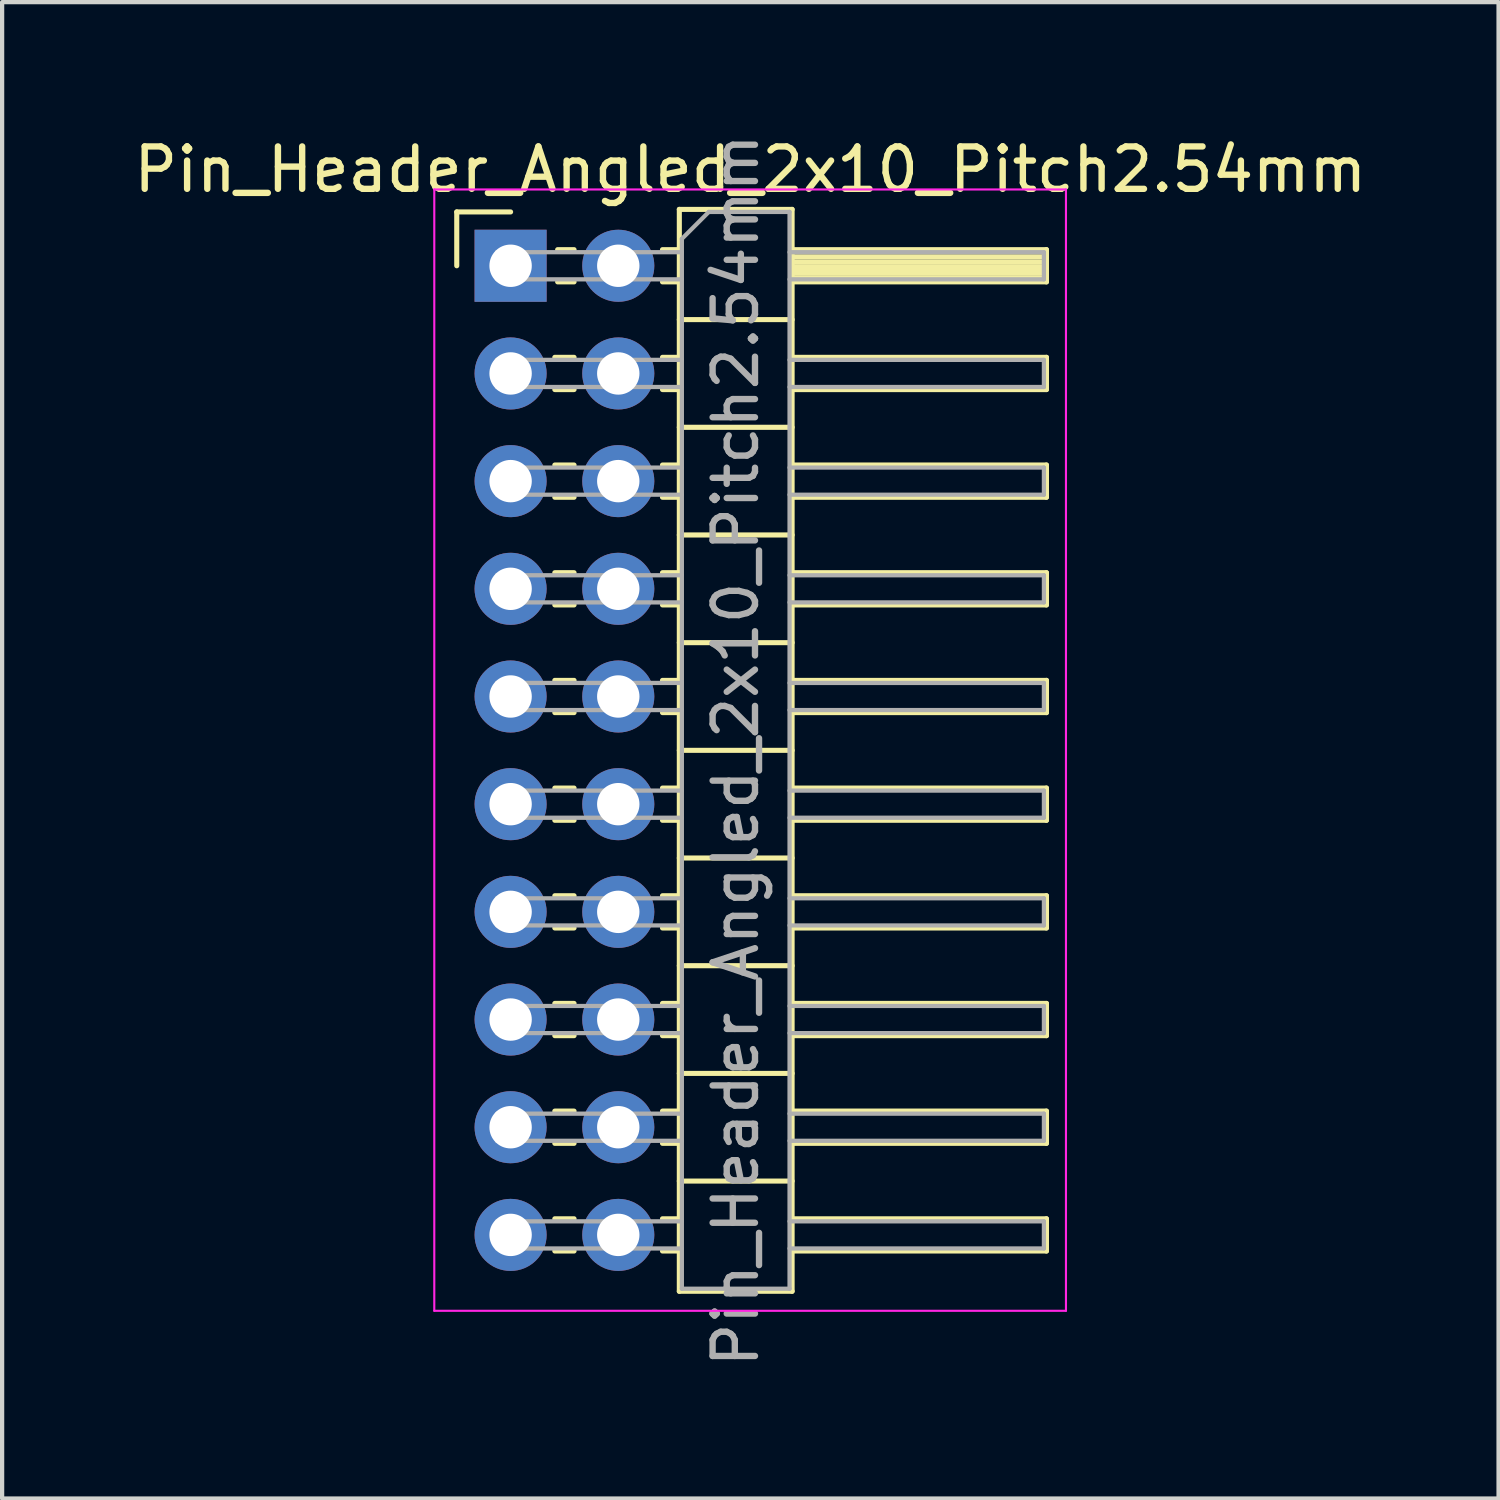
<source format=kicad_pcb>
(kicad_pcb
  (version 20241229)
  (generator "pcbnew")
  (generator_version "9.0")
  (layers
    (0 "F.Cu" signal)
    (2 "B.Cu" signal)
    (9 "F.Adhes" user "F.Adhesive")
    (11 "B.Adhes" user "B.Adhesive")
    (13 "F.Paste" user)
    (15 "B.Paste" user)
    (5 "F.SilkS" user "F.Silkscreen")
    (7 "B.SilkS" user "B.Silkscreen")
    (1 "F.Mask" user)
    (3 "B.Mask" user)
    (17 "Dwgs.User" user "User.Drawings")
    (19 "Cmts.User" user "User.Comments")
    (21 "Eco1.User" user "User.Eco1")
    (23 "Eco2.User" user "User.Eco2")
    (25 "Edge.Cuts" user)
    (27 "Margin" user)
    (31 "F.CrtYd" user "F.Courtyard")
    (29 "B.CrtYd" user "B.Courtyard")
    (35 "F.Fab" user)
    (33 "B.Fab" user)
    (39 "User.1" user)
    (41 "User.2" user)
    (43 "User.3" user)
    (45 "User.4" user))
  (footprint "Pin_Header_Angled_2x10_Pitch2.54mm"
    (layer "F.Cu")
    (at 8.994 3.219)
    (property "Reference" "Pin_Header_Angled_2x10_Pitch2.54mm" (at 5.655 -2.27 0) (layer "F.SilkS") (effects (font (size 1 1) (thickness 0.15))))
    (attr through_hole)
    (fp_line (start -1.27 -1.27) (end 0 -1.27) (stroke (width 0.12) (type solid)) (layer "F.SilkS"))
    (fp_line (start -1.27 0) (end -1.27 -1.27) (stroke (width 0.12) (type solid)) (layer "F.SilkS"))
    (fp_line (start 1.043 2.16) (end 1.497 2.16) (stroke (width 0.12) (type solid)) (layer "F.SilkS"))
    (fp_line (start 1.043 2.92) (end 1.497 2.92) (stroke (width 0.12) (type solid)) (layer "F.SilkS"))
    (fp_line (start 1.043 4.7) (end 1.497 4.7) (stroke (width 0.12) (type solid)) (layer "F.SilkS"))
    (fp_line (start 1.043 5.46) (end 1.497 5.46) (stroke (width 0.12) (type solid)) (layer "F.SilkS"))
    (fp_line (start 1.043 7.24) (end 1.497 7.24) (stroke (width 0.12) (type solid)) (layer "F.SilkS"))
    (fp_line (start 1.043 8) (end 1.497 8) (stroke (width 0.12) (type solid)) (layer "F.SilkS"))
    (fp_line (start 1.043 9.78) (end 1.497 9.78) (stroke (width 0.12) (type solid)) (layer "F.SilkS"))
    (fp_line (start 1.043 10.54) (end 1.497 10.54) (stroke (width 0.12) (type solid)) (layer "F.SilkS"))
    (fp_line (start 1.043 12.32) (end 1.497 12.32) (stroke (width 0.12) (type solid)) (layer "F.SilkS"))
    (fp_line (start 1.043 13.08) (end 1.497 13.08) (stroke (width 0.12) (type solid)) (layer "F.SilkS"))
    (fp_line (start 1.043 14.86) (end 1.497 14.86) (stroke (width 0.12) (type solid)) (layer "F.SilkS"))
    (fp_line (start 1.043 15.62) (end 1.497 15.62) (stroke (width 0.12) (type solid)) (layer "F.SilkS"))
    (fp_line (start 1.043 17.4) (end 1.497 17.4) (stroke (width 0.12) (type solid)) (layer "F.SilkS"))
    (fp_line (start 1.043 18.16) (end 1.497 18.16) (stroke (width 0.12) (type solid)) (layer "F.SilkS"))
    (fp_line (start 1.043 19.94) (end 1.497 19.94) (stroke (width 0.12) (type solid)) (layer "F.SilkS"))
    (fp_line (start 1.043 20.7) (end 1.497 20.7) (stroke (width 0.12) (type solid)) (layer "F.SilkS"))
    (fp_line (start 1.043 22.48) (end 1.497 22.48) (stroke (width 0.12) (type solid)) (layer "F.SilkS"))
    (fp_line (start 1.043 23.24) (end 1.497 23.24) (stroke (width 0.12) (type solid)) (layer "F.SilkS"))
    (fp_line (start 1.11 -0.38) (end 1.497 -0.38) (stroke (width 0.12) (type solid)) (layer "F.SilkS"))
    (fp_line (start 1.11 0.38) (end 1.497 0.38) (stroke (width 0.12) (type solid)) (layer "F.SilkS"))
    (fp_line (start 3.583 -0.38) (end 3.98 -0.38) (stroke (width 0.12) (type solid)) (layer "F.SilkS"))
    (fp_line (start 3.583 0.38) (end 3.98 0.38) (stroke (width 0.12) (type solid)) (layer "F.SilkS"))
    (fp_line (start 3.583 2.16) (end 3.98 2.16) (stroke (width 0.12) (type solid)) (layer "F.SilkS"))
    (fp_line (start 3.583 2.92) (end 3.98 2.92) (stroke (width 0.12) (type solid)) (layer "F.SilkS"))
    (fp_line (start 3.583 4.7) (end 3.98 4.7) (stroke (width 0.12) (type solid)) (layer "F.SilkS"))
    (fp_line (start 3.583 5.46) (end 3.98 5.46) (stroke (width 0.12) (type solid)) (layer "F.SilkS"))
    (fp_line (start 3.583 7.24) (end 3.98 7.24) (stroke (width 0.12) (type solid)) (layer "F.SilkS"))
    (fp_line (start 3.583 8) (end 3.98 8) (stroke (width 0.12) (type solid)) (layer "F.SilkS"))
    (fp_line (start 3.583 9.78) (end 3.98 9.78) (stroke (width 0.12) (type solid)) (layer "F.SilkS"))
    (fp_line (start 3.583 10.54) (end 3.98 10.54) (stroke (width 0.12) (type solid)) (layer "F.SilkS"))
    (fp_line (start 3.583 12.32) (end 3.98 12.32) (stroke (width 0.12) (type solid)) (layer "F.SilkS"))
    (fp_line (start 3.583 13.08) (end 3.98 13.08) (stroke (width 0.12) (type solid)) (layer "F.SilkS"))
    (fp_line (start 3.583 14.86) (end 3.98 14.86) (stroke (width 0.12) (type solid)) (layer "F.SilkS"))
    (fp_line (start 3.583 15.62) (end 3.98 15.62) (stroke (width 0.12) (type solid)) (layer "F.SilkS"))
    (fp_line (start 3.583 17.4) (end 3.98 17.4) (stroke (width 0.12) (type solid)) (layer "F.SilkS"))
    (fp_line (start 3.583 18.16) (end 3.98 18.16) (stroke (width 0.12) (type solid)) (layer "F.SilkS"))
    (fp_line (start 3.583 19.94) (end 3.98 19.94) (stroke (width 0.12) (type solid)) (layer "F.SilkS"))
    (fp_line (start 3.583 20.7) (end 3.98 20.7) (stroke (width 0.12) (type solid)) (layer "F.SilkS"))
    (fp_line (start 3.583 22.48) (end 3.98 22.48) (stroke (width 0.12) (type solid)) (layer "F.SilkS"))
    (fp_line (start 3.583 23.24) (end 3.98 23.24) (stroke (width 0.12) (type solid)) (layer "F.SilkS"))
    (fp_line (start 3.98 -1.33) (end 3.98 24.19) (stroke (width 0.12) (type solid)) (layer "F.SilkS"))
    (fp_line (start 3.98 1.27) (end 6.64 1.27) (stroke (width 0.12) (type solid)) (layer "F.SilkS"))
    (fp_line (start 3.98 3.81) (end 6.64 3.81) (stroke (width 0.12) (type solid)) (layer "F.SilkS"))
    (fp_line (start 3.98 6.35) (end 6.64 6.35) (stroke (width 0.12) (type solid)) (layer "F.SilkS"))
    (fp_line (start 3.98 8.89) (end 6.64 8.89) (stroke (width 0.12) (type solid)) (layer "F.SilkS"))
    (fp_line (start 3.98 11.43) (end 6.64 11.43) (stroke (width 0.12) (type solid)) (layer "F.SilkS"))
    (fp_line (start 3.98 13.97) (end 6.64 13.97) (stroke (width 0.12) (type solid)) (layer "F.SilkS"))
    (fp_line (start 3.98 16.51) (end 6.64 16.51) (stroke (width 0.12) (type solid)) (layer "F.SilkS"))
    (fp_line (start 3.98 19.05) (end 6.64 19.05) (stroke (width 0.12) (type solid)) (layer "F.SilkS"))
    (fp_line (start 3.98 21.59) (end 6.64 21.59) (stroke (width 0.12) (type solid)) (layer "F.SilkS"))
    (fp_line (start 3.98 24.19) (end 6.64 24.19) (stroke (width 0.12) (type solid)) (layer "F.SilkS"))
    (fp_line (start 6.64 -1.33) (end 3.98 -1.33) (stroke (width 0.12) (type solid)) (layer "F.SilkS"))
    (fp_line (start 6.64 -0.38) (end 12.64 -0.38) (stroke (width 0.12) (type solid)) (layer "F.SilkS"))
    (fp_line (start 6.64 -0.32) (end 12.64 -0.32) (stroke (width 0.12) (type solid)) (layer "F.SilkS"))
    (fp_line (start 6.64 -0.2) (end 12.64 -0.2) (stroke (width 0.12) (type solid)) (layer "F.SilkS"))
    (fp_line (start 6.64 -0.08) (end 12.64 -0.08) (stroke (width 0.12) (type solid)) (layer "F.SilkS"))
    (fp_line (start 6.64 0.04) (end 12.64 0.04) (stroke (width 0.12) (type solid)) (layer "F.SilkS"))
    (fp_line (start 6.64 0.16) (end 12.64 0.16) (stroke (width 0.12) (type solid)) (layer "F.SilkS"))
    (fp_line (start 6.64 0.28) (end 12.64 0.28) (stroke (width 0.12) (type solid)) (layer "F.SilkS"))
    (fp_line (start 6.64 2.16) (end 12.64 2.16) (stroke (width 0.12) (type solid)) (layer "F.SilkS"))
    (fp_line (start 6.64 4.7) (end 12.64 4.7) (stroke (width 0.12) (type solid)) (layer "F.SilkS"))
    (fp_line (start 6.64 7.24) (end 12.64 7.24) (stroke (width 0.12) (type solid)) (layer "F.SilkS"))
    (fp_line (start 6.64 9.78) (end 12.64 9.78) (stroke (width 0.12) (type solid)) (layer "F.SilkS"))
    (fp_line (start 6.64 12.32) (end 12.64 12.32) (stroke (width 0.12) (type solid)) (layer "F.SilkS"))
    (fp_line (start 6.64 14.86) (end 12.64 14.86) (stroke (width 0.12) (type solid)) (layer "F.SilkS"))
    (fp_line (start 6.64 17.4) (end 12.64 17.4) (stroke (width 0.12) (type solid)) (layer "F.SilkS"))
    (fp_line (start 6.64 19.94) (end 12.64 19.94) (stroke (width 0.12) (type solid)) (layer "F.SilkS"))
    (fp_line (start 6.64 22.48) (end 12.64 22.48) (stroke (width 0.12) (type solid)) (layer "F.SilkS"))
    (fp_line (start 6.64 24.19) (end 6.64 -1.33) (stroke (width 0.12) (type solid)) (layer "F.SilkS"))
    (fp_line (start 12.64 -0.38) (end 12.64 0.38) (stroke (width 0.12) (type solid)) (layer "F.SilkS"))
    (fp_line (start 12.64 0.38) (end 6.64 0.38) (stroke (width 0.12) (type solid)) (layer "F.SilkS"))
    (fp_line (start 12.64 2.16) (end 12.64 2.92) (stroke (width 0.12) (type solid)) (layer "F.SilkS"))
    (fp_line (start 12.64 2.92) (end 6.64 2.92) (stroke (width 0.12) (type solid)) (layer "F.SilkS"))
    (fp_line (start 12.64 4.7) (end 12.64 5.46) (stroke (width 0.12) (type solid)) (layer "F.SilkS"))
    (fp_line (start 12.64 5.46) (end 6.64 5.46) (stroke (width 0.12) (type solid)) (layer "F.SilkS"))
    (fp_line (start 12.64 7.24) (end 12.64 8) (stroke (width 0.12) (type solid)) (layer "F.SilkS"))
    (fp_line (start 12.64 8) (end 6.64 8) (stroke (width 0.12) (type solid)) (layer "F.SilkS"))
    (fp_line (start 12.64 9.78) (end 12.64 10.54) (stroke (width 0.12) (type solid)) (layer "F.SilkS"))
    (fp_line (start 12.64 10.54) (end 6.64 10.54) (stroke (width 0.12) (type solid)) (layer "F.SilkS"))
    (fp_line (start 12.64 12.32) (end 12.64 13.08) (stroke (width 0.12) (type solid)) (layer "F.SilkS"))
    (fp_line (start 12.64 13.08) (end 6.64 13.08) (stroke (width 0.12) (type solid)) (layer "F.SilkS"))
    (fp_line (start 12.64 14.86) (end 12.64 15.62) (stroke (width 0.12) (type solid)) (layer "F.SilkS"))
    (fp_line (start 12.64 15.62) (end 6.64 15.62) (stroke (width 0.12) (type solid)) (layer "F.SilkS"))
    (fp_line (start 12.64 17.4) (end 12.64 18.16) (stroke (width 0.12) (type solid)) (layer "F.SilkS"))
    (fp_line (start 12.64 18.16) (end 6.64 18.16) (stroke (width 0.12) (type solid)) (layer "F.SilkS"))
    (fp_line (start 12.64 19.94) (end 12.64 20.7) (stroke (width 0.12) (type solid)) (layer "F.SilkS"))
    (fp_line (start 12.64 20.7) (end 6.64 20.7) (stroke (width 0.12) (type solid)) (layer "F.SilkS"))
    (fp_line (start 12.64 22.48) (end 12.64 23.24) (stroke (width 0.12) (type solid)) (layer "F.SilkS"))
    (fp_line (start 12.64 23.24) (end 6.64 23.24) (stroke (width 0.12) (type solid)) (layer "F.SilkS"))
    (fp_line (start -1.8 -1.8) (end -1.8 24.65) (stroke (width 0.05) (type solid)) (layer "F.CrtYd"))
    (fp_line (start -1.8 24.65) (end 13.1 24.65) (stroke (width 0.05) (type solid)) (layer "F.CrtYd"))
    (fp_line (start 13.1 -1.8) (end -1.8 -1.8) (stroke (width 0.05) (type solid)) (layer "F.CrtYd"))
    (fp_line (start 13.1 24.65) (end 13.1 -1.8) (stroke (width 0.05) (type solid)) (layer "F.CrtYd"))
    (fp_line (start -0.32 -0.32) (end -0.32 0.32) (stroke (width 0.1) (type solid)) (layer "F.Fab"))
    (fp_line (start -0.32 -0.32) (end 4.04 -0.32) (stroke (width 0.1) (type solid)) (layer "F.Fab"))
    (fp_line (start -0.32 0.32) (end 4.04 0.32) (stroke (width 0.1) (type solid)) (layer "F.Fab"))
    (fp_line (start -0.32 2.22) (end -0.32 2.86) (stroke (width 0.1) (type solid)) (layer "F.Fab"))
    (fp_line (start -0.32 2.22) (end 4.04 2.22) (stroke (width 0.1) (type solid)) (layer "F.Fab"))
    (fp_line (start -0.32 2.86) (end 4.04 2.86) (stroke (width 0.1) (type solid)) (layer "F.Fab"))
    (fp_line (start -0.32 4.76) (end -0.32 5.4) (stroke (width 0.1) (type solid)) (layer "F.Fab"))
    (fp_line (start -0.32 4.76) (end 4.04 4.76) (stroke (width 0.1) (type solid)) (layer "F.Fab"))
    (fp_line (start -0.32 5.4) (end 4.04 5.4) (stroke (width 0.1) (type solid)) (layer "F.Fab"))
    (fp_line (start -0.32 7.3) (end -0.32 7.94) (stroke (width 0.1) (type solid)) (layer "F.Fab"))
    (fp_line (start -0.32 7.3) (end 4.04 7.3) (stroke (width 0.1) (type solid)) (layer "F.Fab"))
    (fp_line (start -0.32 7.94) (end 4.04 7.94) (stroke (width 0.1) (type solid)) (layer "F.Fab"))
    (fp_line (start -0.32 9.84) (end -0.32 10.48) (stroke (width 0.1) (type solid)) (layer "F.Fab"))
    (fp_line (start -0.32 9.84) (end 4.04 9.84) (stroke (width 0.1) (type solid)) (layer "F.Fab"))
    (fp_line (start -0.32 10.48) (end 4.04 10.48) (stroke (width 0.1) (type solid)) (layer "F.Fab"))
    (fp_line (start -0.32 12.38) (end -0.32 13.02) (stroke (width 0.1) (type solid)) (layer "F.Fab"))
    (fp_line (start -0.32 12.38) (end 4.04 12.38) (stroke (width 0.1) (type solid)) (layer "F.Fab"))
    (fp_line (start -0.32 13.02) (end 4.04 13.02) (stroke (width 0.1) (type solid)) (layer "F.Fab"))
    (fp_line (start -0.32 14.92) (end -0.32 15.56) (stroke (width 0.1) (type solid)) (layer "F.Fab"))
    (fp_line (start -0.32 14.92) (end 4.04 14.92) (stroke (width 0.1) (type solid)) (layer "F.Fab"))
    (fp_line (start -0.32 15.56) (end 4.04 15.56) (stroke (width 0.1) (type solid)) (layer "F.Fab"))
    (fp_line (start -0.32 17.46) (end -0.32 18.1) (stroke (width 0.1) (type solid)) (layer "F.Fab"))
    (fp_line (start -0.32 17.46) (end 4.04 17.46) (stroke (width 0.1) (type solid)) (layer "F.Fab"))
    (fp_line (start -0.32 18.1) (end 4.04 18.1) (stroke (width 0.1) (type solid)) (layer "F.Fab"))
    (fp_line (start -0.32 20) (end -0.32 20.64) (stroke (width 0.1) (type solid)) (layer "F.Fab"))
    (fp_line (start -0.32 20) (end 4.04 20) (stroke (width 0.1) (type solid)) (layer "F.Fab"))
    (fp_line (start -0.32 20.64) (end 4.04 20.64) (stroke (width 0.1) (type solid)) (layer "F.Fab"))
    (fp_line (start -0.32 22.54) (end -0.32 23.18) (stroke (width 0.1) (type solid)) (layer "F.Fab"))
    (fp_line (start -0.32 22.54) (end 4.04 22.54) (stroke (width 0.1) (type solid)) (layer "F.Fab"))
    (fp_line (start -0.32 23.18) (end 4.04 23.18) (stroke (width 0.1) (type solid)) (layer "F.Fab"))
    (fp_line (start 4.04 -0.635) (end 4.675 -1.27) (stroke (width 0.1) (type solid)) (layer "F.Fab"))
    (fp_line (start 4.04 24.13) (end 4.04 -0.635) (stroke (width 0.1) (type solid)) (layer "F.Fab"))
    (fp_line (start 4.675 -1.27) (end 6.58 -1.27) (stroke (width 0.1) (type solid)) (layer "F.Fab"))
    (fp_line (start 6.58 -1.27) (end 6.58 24.13) (stroke (width 0.1) (type solid)) (layer "F.Fab"))
    (fp_line (start 6.58 -0.32) (end 12.58 -0.32) (stroke (width 0.1) (type solid)) (layer "F.Fab"))
    (fp_line (start 6.58 0.32) (end 12.58 0.32) (stroke (width 0.1) (type solid)) (layer "F.Fab"))
    (fp_line (start 6.58 2.22) (end 12.58 2.22) (stroke (width 0.1) (type solid)) (layer "F.Fab"))
    (fp_line (start 6.58 2.86) (end 12.58 2.86) (stroke (width 0.1) (type solid)) (layer "F.Fab"))
    (fp_line (start 6.58 4.76) (end 12.58 4.76) (stroke (width 0.1) (type solid)) (layer "F.Fab"))
    (fp_line (start 6.58 5.4) (end 12.58 5.4) (stroke (width 0.1) (type solid)) (layer "F.Fab"))
    (fp_line (start 6.58 7.3) (end 12.58 7.3) (stroke (width 0.1) (type solid)) (layer "F.Fab"))
    (fp_line (start 6.58 7.94) (end 12.58 7.94) (stroke (width 0.1) (type solid)) (layer "F.Fab"))
    (fp_line (start 6.58 9.84) (end 12.58 9.84) (stroke (width 0.1) (type solid)) (layer "F.Fab"))
    (fp_line (start 6.58 10.48) (end 12.58 10.48) (stroke (width 0.1) (type solid)) (layer "F.Fab"))
    (fp_line (start 6.58 12.38) (end 12.58 12.38) (stroke (width 0.1) (type solid)) (layer "F.Fab"))
    (fp_line (start 6.58 13.02) (end 12.58 13.02) (stroke (width 0.1) (type solid)) (layer "F.Fab"))
    (fp_line (start 6.58 14.92) (end 12.58 14.92) (stroke (width 0.1) (type solid)) (layer "F.Fab"))
    (fp_line (start 6.58 15.56) (end 12.58 15.56) (stroke (width 0.1) (type solid)) (layer "F.Fab"))
    (fp_line (start 6.58 17.46) (end 12.58 17.46) (stroke (width 0.1) (type solid)) (layer "F.Fab"))
    (fp_line (start 6.58 18.1) (end 12.58 18.1) (stroke (width 0.1) (type solid)) (layer "F.Fab"))
    (fp_line (start 6.58 20) (end 12.58 20) (stroke (width 0.1) (type solid)) (layer "F.Fab"))
    (fp_line (start 6.58 20.64) (end 12.58 20.64) (stroke (width 0.1) (type solid)) (layer "F.Fab"))
    (fp_line (start 6.58 22.54) (end 12.58 22.54) (stroke (width 0.1) (type solid)) (layer "F.Fab"))
    (fp_line (start 6.58 23.18) (end 12.58 23.18) (stroke (width 0.1) (type solid)) (layer "F.Fab"))
    (fp_line (start 6.58 24.13) (end 4.04 24.13) (stroke (width 0.1) (type solid)) (layer "F.Fab"))
    (fp_line (start 12.58 -0.32) (end 12.58 0.32) (stroke (width 0.1) (type solid)) (layer "F.Fab"))
    (fp_line (start 12.58 2.22) (end 12.58 2.86) (stroke (width 0.1) (type solid)) (layer "F.Fab"))
    (fp_line (start 12.58 4.76) (end 12.58 5.4) (stroke (width 0.1) (type solid)) (layer "F.Fab"))
    (fp_line (start 12.58 7.3) (end 12.58 7.94) (stroke (width 0.1) (type solid)) (layer "F.Fab"))
    (fp_line (start 12.58 9.84) (end 12.58 10.48) (stroke (width 0.1) (type solid)) (layer "F.Fab"))
    (fp_line (start 12.58 12.38) (end 12.58 13.02) (stroke (width 0.1) (type solid)) (layer "F.Fab"))
    (fp_line (start 12.58 14.92) (end 12.58 15.56) (stroke (width 0.1) (type solid)) (layer "F.Fab"))
    (fp_line (start 12.58 17.46) (end 12.58 18.1) (stroke (width 0.1) (type solid)) (layer "F.Fab"))
    (fp_line (start 12.58 20) (end 12.58 20.64) (stroke (width 0.1) (type solid)) (layer "F.Fab"))
    (fp_line (start 12.58 22.54) (end 12.58 23.18) (stroke (width 0.1) (type solid)) (layer "F.Fab"))
    (fp_text user "${REFERENCE}" (at 5.31 11.43 90) (layer "F.Fab") (effects (font (size 1 1) (thickness 0.15))))
    (pad "1" thru_hole rect (at 0 0) (size 1.7 1.7) (drill 1) (layers "*.Cu" "*.Mask"))
    (pad "2" thru_hole oval (at 2.54 0) (size 1.7 1.7) (drill 1) (layers "*.Cu" "*.Mask"))
    (pad "3" thru_hole oval (at 0 2.54) (size 1.7 1.7) (drill 1) (layers "*.Cu" "*.Mask"))
    (pad "4" thru_hole oval (at 2.54 2.54) (size 1.7 1.7) (drill 1) (layers "*.Cu" "*.Mask"))
    (pad "5" thru_hole oval (at 0 5.08) (size 1.7 1.7) (drill 1) (layers "*.Cu" "*.Mask"))
    (pad "6" thru_hole oval (at 2.54 5.08) (size 1.7 1.7) (drill 1) (layers "*.Cu" "*.Mask"))
    (pad "7" thru_hole oval (at 0 7.62) (size 1.7 1.7) (drill 1) (layers "*.Cu" "*.Mask"))
    (pad "8" thru_hole oval (at 2.54 7.62) (size 1.7 1.7) (drill 1) (layers "*.Cu" "*.Mask"))
    (pad "9" thru_hole oval (at 0 10.16) (size 1.7 1.7) (drill 1) (layers "*.Cu" "*.Mask"))
    (pad "10" thru_hole oval (at 2.54 10.16) (size 1.7 1.7) (drill 1) (layers "*.Cu" "*.Mask"))
    (pad "11" thru_hole oval (at 0 12.7) (size 1.7 1.7) (drill 1) (layers "*.Cu" "*.Mask"))
    (pad "12" thru_hole oval (at 2.54 12.7) (size 1.7 1.7) (drill 1) (layers "*.Cu" "*.Mask"))
    (pad "13" thru_hole oval (at 0 15.24) (size 1.7 1.7) (drill 1) (layers "*.Cu" "*.Mask"))
    (pad "14" thru_hole oval (at 2.54 15.24) (size 1.7 1.7) (drill 1) (layers "*.Cu" "*.Mask"))
    (pad "15" thru_hole oval (at 0 17.78) (size 1.7 1.7) (drill 1) (layers "*.Cu" "*.Mask"))
    (pad "16" thru_hole oval (at 2.54 17.78) (size 1.7 1.7) (drill 1) (layers "*.Cu" "*.Mask"))
    (pad "17" thru_hole oval (at 0 20.32) (size 1.7 1.7) (drill 1) (layers "*.Cu" "*.Mask"))
    (pad "18" thru_hole oval (at 2.54 20.32) (size 1.7 1.7) (drill 1) (layers "*.Cu" "*.Mask"))
    (pad "19" thru_hole oval (at 0 22.86) (size 1.7 1.7) (drill 1) (layers "*.Cu" "*.Mask"))
    (pad "20" thru_hole oval (at 2.54 22.86) (size 1.7 1.7) (drill 1) (layers "*.Cu" "*.Mask")))
  (gr_rect
    (start -3 -3)
    (end 32.298 32.298)
    (stroke (width 0.1) (type default))
    (fill no)
    (layer "Edge.Cuts")))
</source>
